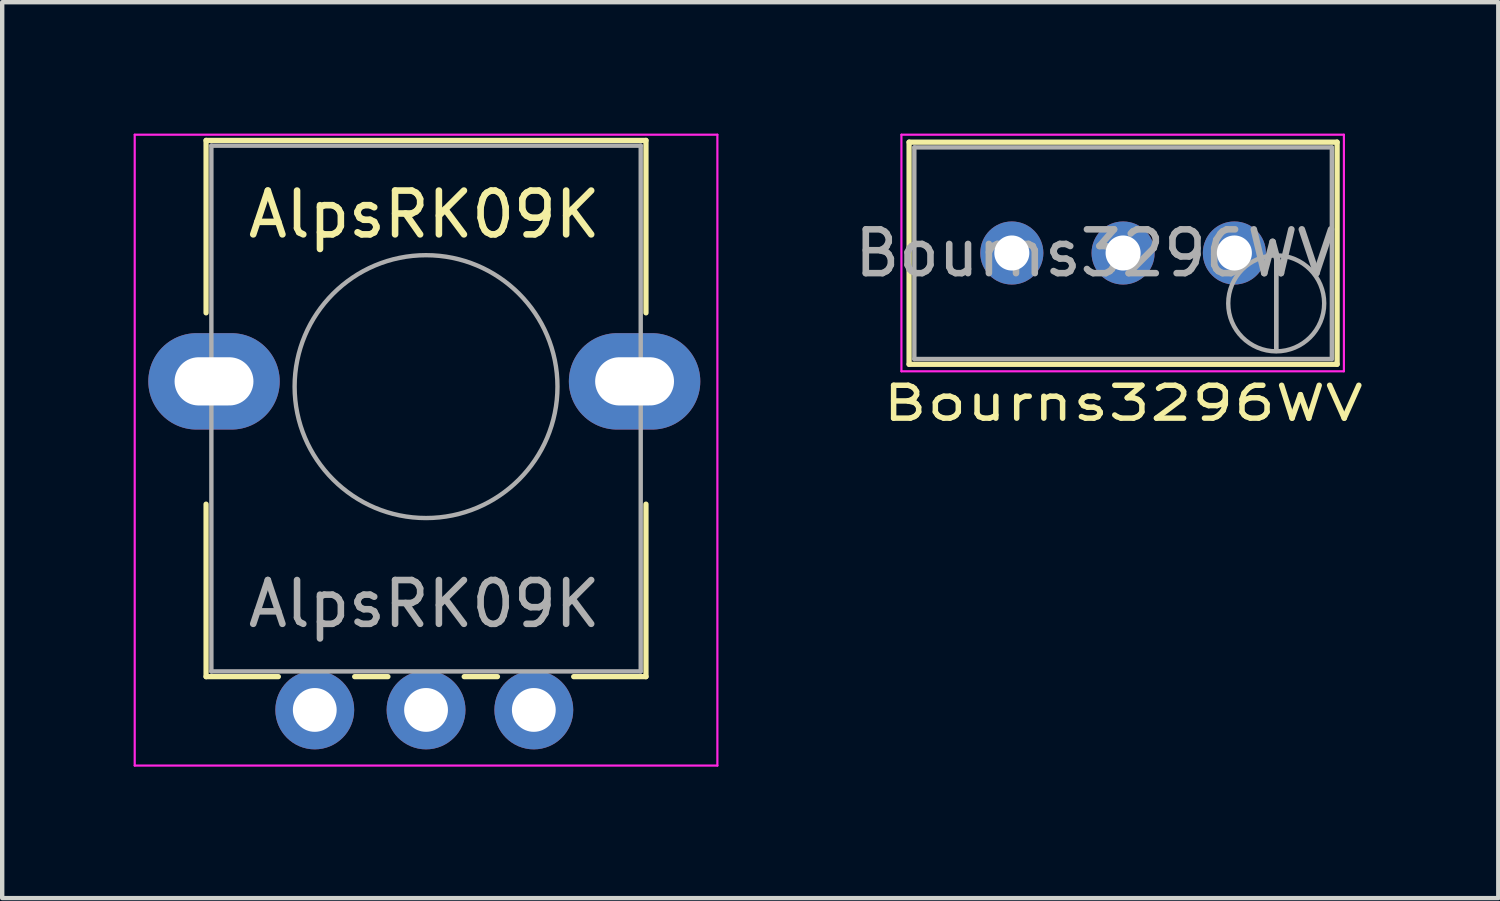
<source format=kicad_pcb>
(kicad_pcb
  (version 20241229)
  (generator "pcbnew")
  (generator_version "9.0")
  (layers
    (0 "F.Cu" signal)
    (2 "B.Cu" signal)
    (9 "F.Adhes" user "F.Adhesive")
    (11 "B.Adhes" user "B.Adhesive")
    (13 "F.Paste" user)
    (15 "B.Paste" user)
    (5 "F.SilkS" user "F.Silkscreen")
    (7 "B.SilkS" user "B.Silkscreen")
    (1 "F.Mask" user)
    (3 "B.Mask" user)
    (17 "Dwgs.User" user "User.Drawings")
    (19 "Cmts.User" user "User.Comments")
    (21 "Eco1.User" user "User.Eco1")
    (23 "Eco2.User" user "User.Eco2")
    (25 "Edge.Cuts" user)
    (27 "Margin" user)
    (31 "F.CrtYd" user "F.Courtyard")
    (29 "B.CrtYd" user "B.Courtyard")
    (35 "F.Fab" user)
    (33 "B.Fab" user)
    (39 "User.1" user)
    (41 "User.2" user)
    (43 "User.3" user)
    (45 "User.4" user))
  (footprint "AlpsRK09K"
    (layer "F.Cu")
    (at 6.635 5.655)
    (property "Reference" "AlpsRK09K" (at 0 -3.81 180) (layer "F.SilkS") (effects (font (size 1 1) (thickness 0.15))))
    (attr through_hole)
    (fp_line (start -4.981 -5.5) (end 5.06 -5.5) (stroke (width 0.12) (type solid)) (layer "F.SilkS"))
    (fp_line (start -4.981 -1.564) (end -4.981 -5.5) (stroke (width 0.12) (type solid)) (layer "F.SilkS"))
    (fp_line (start -4.981 6.74) (end -4.981 2.803) (stroke (width 0.12) (type solid)) (layer "F.SilkS"))
    (fp_line (start -4.981 6.74) (end -3.331 6.74) (stroke (width 0.12) (type solid)) (layer "F.SilkS"))
    (fp_line (start -1.589 6.74) (end -0.83 6.74) (stroke (width 0.12) (type solid)) (layer "F.SilkS"))
    (fp_line (start 0.911 6.74) (end 1.67 6.74) (stroke (width 0.12) (type solid)) (layer "F.SilkS"))
    (fp_line (start 3.41 6.74) (end 5.06 6.74) (stroke (width 0.12) (type solid)) (layer "F.SilkS"))
    (fp_line (start 5.06 -1.564) (end 5.06 -5.5) (stroke (width 0.12) (type solid)) (layer "F.SilkS"))
    (fp_line (start 5.06 6.74) (end 5.06 2.803) (stroke (width 0.12) (type solid)) (layer "F.SilkS"))
    (fp_line (start -6.61 -5.63) (end -6.61 8.77) (stroke (width 0.05) (type solid)) (layer "F.CrtYd"))
    (fp_line (start -6.61 8.77) (end 6.69 8.77) (stroke (width 0.05) (type solid)) (layer "F.CrtYd"))
    (fp_line (start 6.69 -5.63) (end -6.61 -5.63) (stroke (width 0.05) (type solid)) (layer "F.CrtYd"))
    (fp_line (start 6.69 8.77) (end 6.69 -5.63) (stroke (width 0.05) (type solid)) (layer "F.CrtYd"))
    (fp_line (start -4.86 -5.38) (end -4.86 6.62) (stroke (width 0.1) (type solid)) (layer "F.Fab"))
    (fp_line (start -4.86 6.62) (end 4.94 6.62) (stroke (width 0.1) (type solid)) (layer "F.Fab"))
    (fp_line (start 4.94 -5.38) (end -4.86 -5.38) (stroke (width 0.1) (type solid)) (layer "F.Fab"))
    (fp_line (start 4.94 6.62) (end 4.94 -5.38) (stroke (width 0.1) (type solid)) (layer "F.Fab"))
    (fp_circle (center 0.04 0.12) (end 0.04 -2.88) (stroke (width 0.1) (type solid)) (fill no) (layer "F.Fab"))
    (fp_text user "${REFERENCE}" (at 0 5.08 180) (layer "F.Fab") (effects (font (size 1 1) (thickness 0.15))))
    (pad "" np_thru_hole oval (at -4.8 0) (size 3 2.2) (drill oval 1.8 1.1) (layers "*.Cu" "*.Mask"))
    (pad "" np_thru_hole oval (at 4.8 0) (size 3 2.2) (drill oval 1.8 1.1) (layers "*.Cu" "*.Mask"))
    (pad "1" thru_hole circle (at 2.5 7.5 90) (size 1.8 1.8) (drill 1) (layers "*.Cu" "*.Mask"))
    (pad "2" thru_hole circle (at 0.04 7.5 90) (size 1.8 1.8) (drill 1) (layers "*.Cu" "*.Mask"))
    (pad "3" thru_hole circle (at -2.5 7.5 90) (size 1.8 1.8) (drill 1) (layers "*.Cu" "*.Mask")))
  (footprint "Bourns3296WV"
    (layer "F.Cu")
    (at 25.126 2.725)
    (property "Reference" "Bourns3296WV" (at -2.54 3.429 0) (layer "F.SilkS") (effects (font (size 0.75 1) (thickness 0.125))))
    (attr through_hole)
    (fp_line (start -7.425 -2.53) (end -7.425 2.54) (stroke (width 0.12) (type solid)) (layer "F.SilkS"))
    (fp_line (start -7.425 -2.53) (end 2.345 -2.53) (stroke (width 0.12) (type solid)) (layer "F.SilkS"))
    (fp_line (start -7.425 2.54) (end 2.345 2.54) (stroke (width 0.12) (type solid)) (layer "F.SilkS"))
    (fp_line (start 2.345 -2.53) (end 2.345 2.54) (stroke (width 0.12) (type solid)) (layer "F.SilkS"))
    (fp_line (start -7.6 -2.7) (end -7.6 2.7) (stroke (width 0.05) (type solid)) (layer "F.CrtYd"))
    (fp_line (start -7.6 2.7) (end 2.5 2.7) (stroke (width 0.05) (type solid)) (layer "F.CrtYd"))
    (fp_line (start 2.5 -2.7) (end -7.6 -2.7) (stroke (width 0.05) (type solid)) (layer "F.CrtYd"))
    (fp_line (start 2.5 2.7) (end 2.5 -2.7) (stroke (width 0.05) (type solid)) (layer "F.CrtYd"))
    (fp_line (start -7.305 -2.41) (end -7.305 2.42) (stroke (width 0.1) (type solid)) (layer "F.Fab"))
    (fp_line (start -7.305 2.42) (end 2.225 2.42) (stroke (width 0.1) (type solid)) (layer "F.Fab"))
    (fp_line (start 0.955 2.235) (end 0.956 0.066) (stroke (width 0.1) (type solid)) (layer "F.Fab"))
    (fp_line (start 0.955 2.235) (end 0.956 0.066) (stroke (width 0.1) (type solid)) (layer "F.Fab"))
    (fp_line (start 2.225 -2.41) (end -7.305 -2.41) (stroke (width 0.1) (type solid)) (layer "F.Fab"))
    (fp_line (start 2.225 2.42) (end 2.225 -2.41) (stroke (width 0.1) (type solid)) (layer "F.Fab"))
    (fp_circle (center 0.955 1.15) (end 2.05 1.15) (stroke (width 0.1) (type solid)) (fill no) (layer "F.Fab"))
    (fp_text user "${REFERENCE}" (at -3.175 0.005 0) (layer "F.Fab") (effects (font (size 1 1) (thickness 0.15))))
    (pad "1" thru_hole circle (at 0 0) (size 1.44 1.44) (drill 0.8) (layers "*.Cu" "*.Mask"))
    (pad "2" thru_hole circle (at -2.54 0) (size 1.44 1.44) (drill 0.8) (layers "*.Cu" "*.Mask"))
    (pad "3" thru_hole circle (at -5.08 0) (size 1.44 1.44) (drill 0.8) (layers "*.Cu" "*.Mask")))
  (gr_rect
    (start -3 -3)
    (end 31.15 17.45)
    (stroke (width 0.1) (type default))
    (fill no)
    (layer "Edge.Cuts")))
</source>
